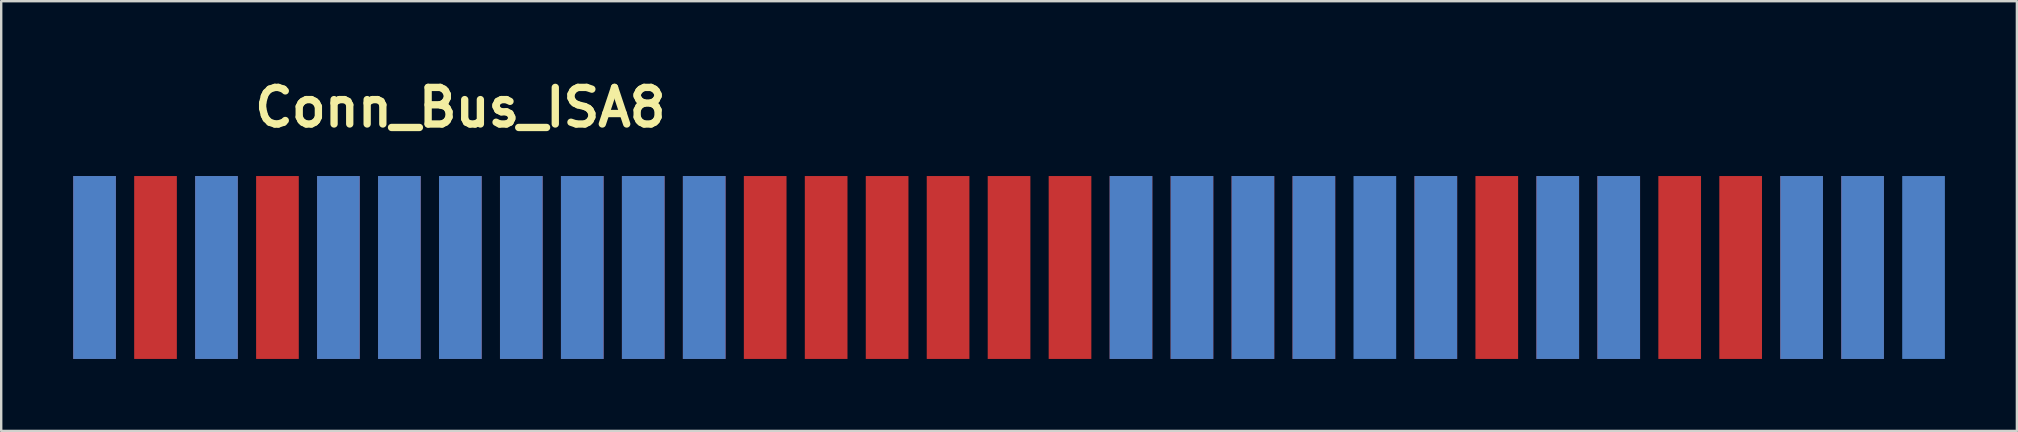
<source format=kicad_pcb>
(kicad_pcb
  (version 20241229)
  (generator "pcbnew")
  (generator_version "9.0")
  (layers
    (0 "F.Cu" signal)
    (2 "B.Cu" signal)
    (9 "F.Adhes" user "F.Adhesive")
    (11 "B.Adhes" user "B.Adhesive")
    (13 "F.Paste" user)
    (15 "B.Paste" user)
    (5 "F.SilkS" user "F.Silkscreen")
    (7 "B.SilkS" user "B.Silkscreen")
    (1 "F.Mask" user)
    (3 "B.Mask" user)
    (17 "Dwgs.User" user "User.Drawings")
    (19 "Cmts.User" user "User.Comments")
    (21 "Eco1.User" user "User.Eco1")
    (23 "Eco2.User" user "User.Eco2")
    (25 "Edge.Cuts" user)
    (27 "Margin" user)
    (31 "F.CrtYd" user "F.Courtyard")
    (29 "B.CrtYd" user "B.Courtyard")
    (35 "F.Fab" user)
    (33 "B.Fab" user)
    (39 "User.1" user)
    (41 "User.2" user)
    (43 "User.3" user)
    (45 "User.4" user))
  (footprint "Conn_Bus_ISA8"
    (layer "F.Cu")
    (at 38.989 8.094)
    (property "Reference" "Conn_Bus_ISA8" (at -22.86 -6.668 0) (layer "F.SilkS") (effects (font (size 1.524 1.524) (thickness 0.305))))
    (attr through_hole)
    (pad "1" connect rect (at 38.1 0) (size 1.778 7.62) (layers "B.Cu" "B.Mask"))
    (pad "2" connect rect (at 35.56 0) (size 1.778 7.62) (layers "B.Cu" "B.Mask"))
    (pad "3" connect rect (at 33.02 0) (size 1.778 7.62) (layers "B.Cu" "B.Mask"))
    (pad "6" connect rect (at 25.4 0) (size 1.778 7.62) (layers "B.Cu" "B.Mask"))
    (pad "7" connect rect (at 22.86 0) (size 1.778 7.62) (layers "B.Cu" "B.Mask"))
    (pad "9" connect rect (at 17.78 0) (size 1.778 7.62) (layers "B.Cu" "B.Mask"))
    (pad "10" connect rect (at 15.24 0) (size 1.778 7.62) (layers "B.Cu" "B.Mask"))
    (pad "11" connect rect (at 12.7 0) (size 1.778 7.62) (layers "B.Cu" "B.Mask"))
    (pad "12" connect rect (at 10.16 0) (size 1.778 7.62) (layers "B.Cu" "B.Mask"))
    (pad "13" connect rect (at 7.62 0) (size 1.778 7.62) (layers "B.Cu" "B.Mask"))
    (pad "14" connect rect (at 5.08 0) (size 1.778 7.62) (layers "B.Cu" "B.Mask"))
    (pad "21" connect rect (at -12.7 0) (size 1.778 7.62) (layers "B.Cu" "B.Mask"))
    (pad "22" connect rect (at -15.24 0) (size 1.778 7.62) (layers "B.Cu" "B.Mask"))
    (pad "23" connect rect (at -17.78 0) (size 1.778 7.62) (layers "B.Cu" "B.Mask"))
    (pad "24" connect rect (at -20.32 0) (size 1.778 7.62) (layers "B.Cu" "B.Mask"))
    (pad "25" connect rect (at -22.86 0) (size 1.778 7.62) (layers "B.Cu" "B.Mask"))
    (pad "26" connect rect (at -25.4 0) (size 1.778 7.62) (layers "B.Cu" "B.Mask"))
    (pad "27" connect rect (at -27.94 0) (size 1.778 7.62) (layers "B.Cu" "B.Mask"))
    (pad "29" connect rect (at -33.02 0) (size 1.778 7.62) (layers "B.Cu" "B.Mask"))
    (pad "31" connect rect (at -38.1 0) (size 1.778 7.62) (layers "B.Cu" "B.Mask"))
    (pad "33" connect rect (at 35.56 0) (size 1.778 7.62) (layers "F.Cu" "F.Mask"))
    (pad "34" connect rect (at 33.02 0) (size 1.778 7.62) (layers "F.Cu" "F.Mask"))
    (pad "35" connect rect (at 30.48 0) (size 1.778 7.62) (layers "F.Cu" "F.Mask"))
    (pad "36" connect rect (at 27.94 0) (size 1.778 7.62) (layers "F.Cu" "F.Mask"))
    (pad "37" connect rect (at 25.4 0) (size 1.778 7.62) (layers "F.Cu" "F.Mask"))
    (pad "38" connect rect (at 22.86 0) (size 1.778 7.62) (layers "F.Cu" "F.Mask"))
    (pad "39" connect rect (at 20.32 0) (size 1.778 7.62) (layers "F.Cu" "F.Mask"))
    (pad "40" connect rect (at 17.78 0) (size 1.778 7.62) (layers "F.Cu" "F.Mask"))
    (pad "42" connect rect (at 12.7 0) (size 1.778 7.62) (layers "F.Cu" "F.Mask"))
    (pad "43" connect rect (at 10.16 0) (size 1.778 7.62) (layers "F.Cu" "F.Mask"))
    (pad "44" connect rect (at 7.62 0) (size 1.778 7.62) (layers "F.Cu" "F.Mask"))
    (pad "45" connect rect (at 5.08 0) (size 1.778 7.62) (layers "F.Cu" "F.Mask"))
    (pad "46" connect rect (at 2.54 0) (size 1.778 7.62) (layers "F.Cu" "F.Mask"))
    (pad "47" connect rect (at 0 0) (size 1.778 7.62) (layers "F.Cu" "F.Mask"))
    (pad "48" connect rect (at -2.54 0) (size 1.778 7.62) (layers "F.Cu" "F.Mask"))
    (pad "49" connect rect (at -5.08 0) (size 1.778 7.62) (layers "F.Cu" "F.Mask"))
    (pad "50" connect rect (at -7.62 0) (size 1.778 7.62) (layers "F.Cu" "F.Mask"))
    (pad "51" connect rect (at -10.16 0) (size 1.778 7.62) (layers "F.Cu" "F.Mask"))
    (pad "52" connect rect (at -12.7 0) (size 1.778 7.62) (layers "F.Cu" "F.Mask"))
    (pad "53" connect rect (at -15.24 0) (size 1.778 7.62) (layers "F.Cu" "F.Mask"))
    (pad "54" connect rect (at -17.78 0) (size 1.778 7.62) (layers "F.Cu" "F.Mask"))
    (pad "55" connect rect (at -20.32 0) (size 1.778 7.62) (layers "F.Cu" "F.Mask"))
    (pad "56" connect rect (at -22.86 0) (size 1.778 7.62) (layers "F.Cu" "F.Mask"))
    (pad "57" connect rect (at -25.4 0) (size 1.778 7.62) (layers "F.Cu" "F.Mask"))
    (pad "58" connect rect (at -27.94 0) (size 1.778 7.62) (layers "F.Cu" "F.Mask"))
    (pad "59" connect rect (at -30.48 0) (size 1.778 7.62) (layers "F.Cu" "F.Mask"))
    (pad "60" connect rect (at -33.02 0) (size 1.778 7.62) (layers "F.Cu" "F.Mask"))
    (pad "61" connect rect (at -35.56 0) (size 1.778 7.62) (layers "F.Cu" "F.Mask"))
    (pad "62" connect rect (at -38.1 0) (size 1.778 7.62) (layers "F.Cu" "F.Mask")))
  (gr_rect
    (start -3 -3)
    (end 80.978 14.904)
    (stroke (width 0.1) (type default))
    (fill no)
    (layer "Edge.Cuts")))
</source>
